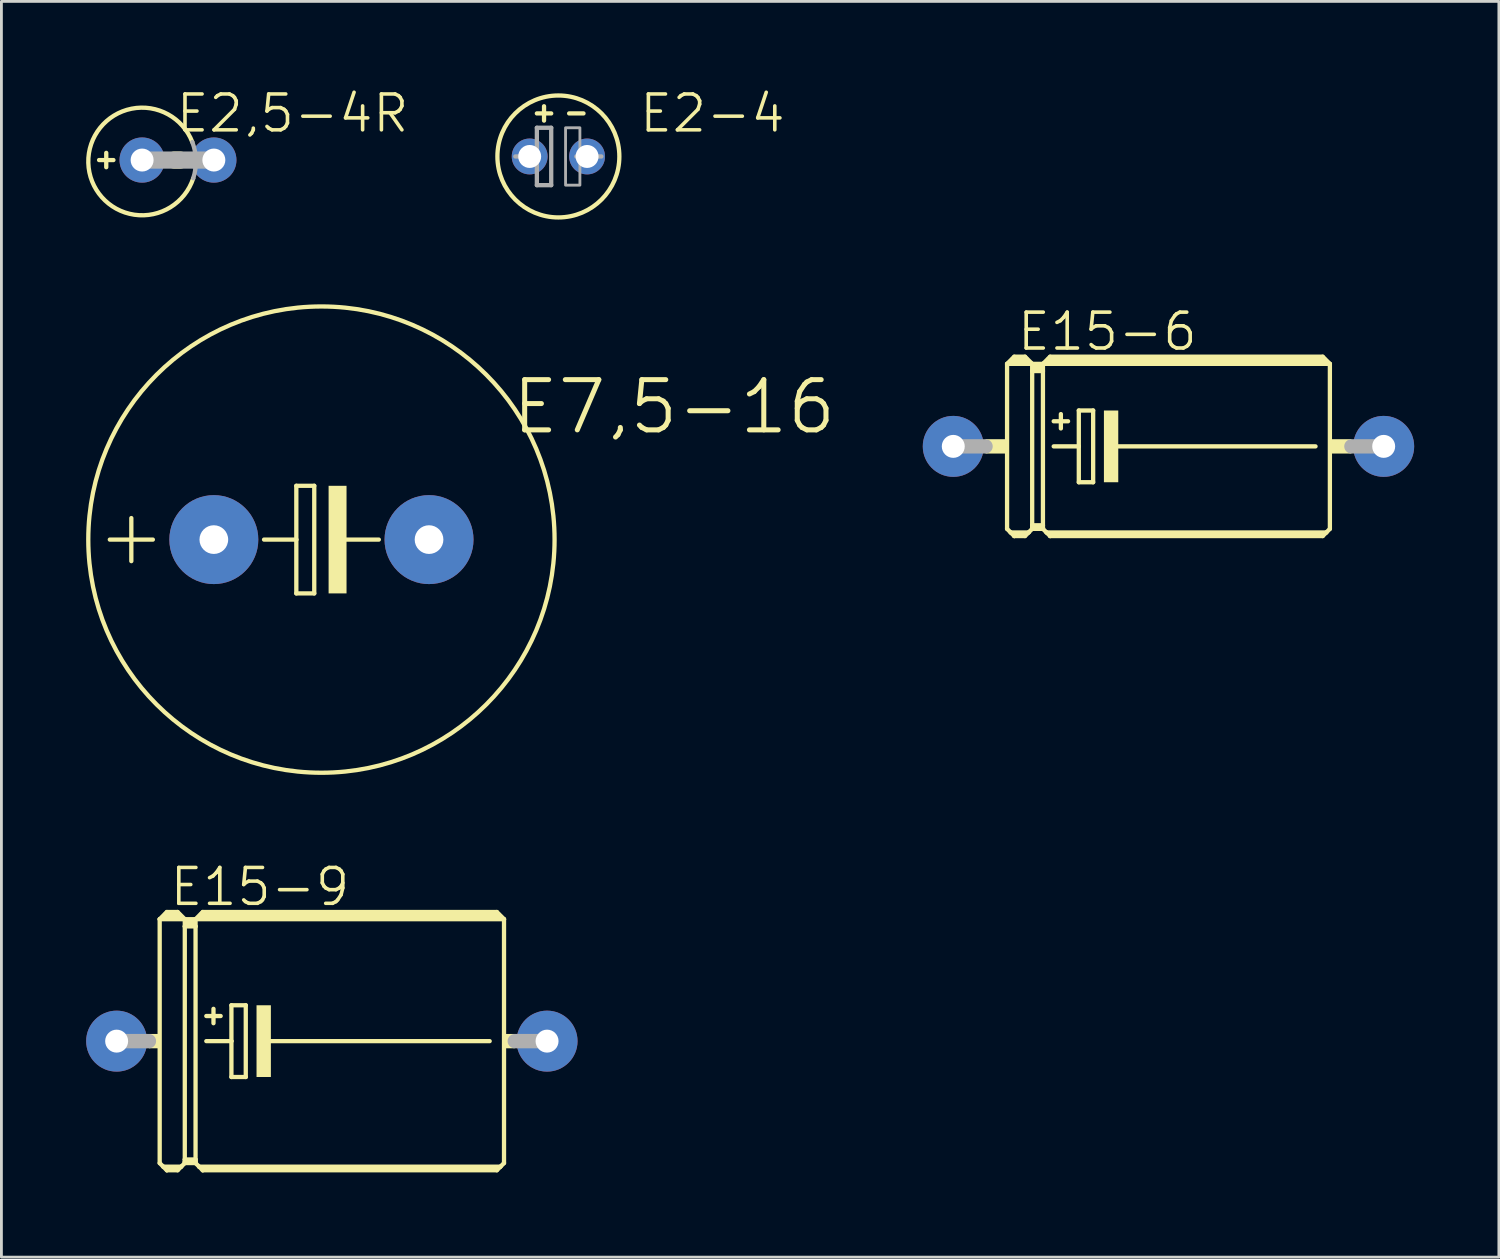
<source format=kicad_pcb>
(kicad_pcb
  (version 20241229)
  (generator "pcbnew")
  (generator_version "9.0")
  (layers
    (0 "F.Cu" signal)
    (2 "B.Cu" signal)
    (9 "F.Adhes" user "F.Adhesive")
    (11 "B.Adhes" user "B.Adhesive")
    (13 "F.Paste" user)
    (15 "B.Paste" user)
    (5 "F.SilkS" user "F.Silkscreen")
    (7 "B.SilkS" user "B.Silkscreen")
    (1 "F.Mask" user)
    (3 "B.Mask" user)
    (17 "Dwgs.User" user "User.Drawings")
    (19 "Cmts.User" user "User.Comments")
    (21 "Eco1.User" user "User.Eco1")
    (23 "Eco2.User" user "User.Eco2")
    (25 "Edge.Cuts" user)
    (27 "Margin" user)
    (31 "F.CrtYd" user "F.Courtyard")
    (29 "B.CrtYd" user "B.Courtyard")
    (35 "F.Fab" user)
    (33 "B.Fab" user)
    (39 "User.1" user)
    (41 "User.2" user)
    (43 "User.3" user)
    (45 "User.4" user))
  (footprint "E15-6"
    (layer "F.Cu")
    (at 38.323 12.755)
    (property "Reference" "E15-6" (at -2.165 -4.064 0) (layer "F.SilkS") (effects (font (size 1.27 1.27) (thickness 0.127))))
    (attr through_hole)
    (fp_line (start -5.715 -2.921) (end -4.826 -2.921) (stroke (width 0.152) (type solid)) (layer "F.SilkS"))
    (fp_line (start -5.715 2.921) (end -5.715 -2.921) (stroke (width 0.152) (type solid)) (layer "F.SilkS"))
    (fp_line (start -5.715 2.921) (end -5.588 3.048) (stroke (width 0.152) (type solid)) (layer "F.SilkS"))
    (fp_line (start -5.588 3.048) (end -5.461 3.175) (stroke (width 0.152) (type solid)) (layer "F.SilkS"))
    (fp_line (start -5.588 3.048) (end -4.953 3.048) (stroke (width 0.152) (type solid)) (layer "F.SilkS"))
    (fp_line (start -5.461 -3.175) (end -5.715 -2.921) (stroke (width 0.152) (type solid)) (layer "F.SilkS"))
    (fp_line (start -5.461 -3.175) (end -5.08 -3.175) (stroke (width 0.152) (type solid)) (layer "F.SilkS"))
    (fp_line (start -5.461 -3.048) (end -5.08 -3.048) (stroke (width 0.305) (type solid)) (layer "F.SilkS"))
    (fp_line (start -5.461 3.124) (end -5.461 3.175) (stroke (width 0.152) (type solid)) (layer "F.SilkS"))
    (fp_line (start -5.461 3.175) (end -5.08 3.175) (stroke (width 0.152) (type solid)) (layer "F.SilkS"))
    (fp_line (start -5.08 -3.175) (end -4.826 -2.921) (stroke (width 0.152) (type solid)) (layer "F.SilkS"))
    (fp_line (start -5.08 3.124) (end -5.461 3.124) (stroke (width 0.152) (type solid)) (layer "F.SilkS"))
    (fp_line (start -5.08 3.175) (end -4.953 3.048) (stroke (width 0.152) (type solid)) (layer "F.SilkS"))
    (fp_line (start -4.953 3.048) (end -4.826 2.921) (stroke (width 0.152) (type solid)) (layer "F.SilkS"))
    (fp_line (start -4.826 -2.921) (end -4.826 -2.667) (stroke (width 0.152) (type solid)) (layer "F.SilkS"))
    (fp_line (start -4.826 -2.921) (end -4.445 -2.921) (stroke (width 0.152) (type solid)) (layer "F.SilkS"))
    (fp_line (start -4.826 -2.667) (end -4.826 2.794) (stroke (width 0.152) (type solid)) (layer "F.SilkS"))
    (fp_line (start -4.826 -2.667) (end -4.445 -2.667) (stroke (width 0.152) (type solid)) (layer "F.SilkS"))
    (fp_line (start -4.826 2.794) (end -4.826 2.87) (stroke (width 0.152) (type solid)) (layer "F.SilkS"))
    (fp_line (start -4.826 2.794) (end -4.445 2.794) (stroke (width 0.152) (type solid)) (layer "F.SilkS"))
    (fp_line (start -4.826 2.87) (end -4.826 2.921) (stroke (width 0.152) (type solid)) (layer "F.SilkS"))
    (fp_line (start -4.826 2.921) (end -4.445 2.921) (stroke (width 0.152) (type solid)) (layer "F.SilkS"))
    (fp_line (start -4.699 -2.794) (end -4.572 -2.794) (stroke (width 0.305) (type solid)) (layer "F.SilkS"))
    (fp_line (start -4.445 -2.921) (end -4.445 -2.667) (stroke (width 0.152) (type solid)) (layer "F.SilkS"))
    (fp_line (start -4.445 -2.921) (end -4.191 -3.175) (stroke (width 0.152) (type solid)) (layer "F.SilkS"))
    (fp_line (start -4.445 -2.921) (end 5.715 -2.921) (stroke (width 0.152) (type solid)) (layer "F.SilkS"))
    (fp_line (start -4.445 -2.667) (end -4.445 2.794) (stroke (width 0.152) (type solid)) (layer "F.SilkS"))
    (fp_line (start -4.445 2.794) (end -4.445 2.87) (stroke (width 0.152) (type solid)) (layer "F.SilkS"))
    (fp_line (start -4.445 2.87) (end -4.826 2.87) (stroke (width 0.152) (type solid)) (layer "F.SilkS"))
    (fp_line (start -4.445 2.87) (end -4.445 2.921) (stroke (width 0.152) (type solid)) (layer "F.SilkS"))
    (fp_line (start -4.445 2.921) (end -4.318 3.048) (stroke (width 0.152) (type solid)) (layer "F.SilkS"))
    (fp_line (start -4.318 3.048) (end -4.191 3.175) (stroke (width 0.152) (type solid)) (layer "F.SilkS"))
    (fp_line (start -4.318 3.048) (end 5.588 3.048) (stroke (width 0.152) (type solid)) (layer "F.SilkS"))
    (fp_line (start -4.191 -3.175) (end 5.461 -3.175) (stroke (width 0.152) (type solid)) (layer "F.SilkS"))
    (fp_line (start -4.191 -3.048) (end 5.461 -3.048) (stroke (width 0.305) (type solid)) (layer "F.SilkS"))
    (fp_line (start -4.191 3.124) (end -4.191 3.175) (stroke (width 0.152) (type solid)) (layer "F.SilkS"))
    (fp_line (start -4.191 3.175) (end 5.461 3.175) (stroke (width 0.152) (type solid)) (layer "F.SilkS"))
    (fp_line (start -4.064 -0.889) (end -3.556 -0.889) (stroke (width 0.152) (type solid)) (layer "F.SilkS"))
    (fp_line (start -4.064 0) (end -3.175 0) (stroke (width 0.152) (type solid)) (layer "F.SilkS"))
    (fp_line (start -3.81 -1.143) (end -3.81 -0.635) (stroke (width 0.152) (type solid)) (layer "F.SilkS"))
    (fp_line (start -3.175 -1.27) (end -3.175 0) (stroke (width 0.152) (type solid)) (layer "F.SilkS"))
    (fp_line (start -3.175 0) (end -3.175 1.27) (stroke (width 0.152) (type solid)) (layer "F.SilkS"))
    (fp_line (start -3.175 1.27) (end -2.667 1.27) (stroke (width 0.152) (type solid)) (layer "F.SilkS"))
    (fp_line (start -2.667 -1.27) (end -3.175 -1.27) (stroke (width 0.152) (type solid)) (layer "F.SilkS"))
    (fp_line (start -2.667 1.27) (end -2.667 -1.27) (stroke (width 0.152) (type solid)) (layer "F.SilkS"))
    (fp_line (start -1.905 0) (end 5.207 0) (stroke (width 0.152) (type solid)) (layer "F.SilkS"))
    (fp_line (start 5.461 3.124) (end -4.191 3.124) (stroke (width 0.152) (type solid)) (layer "F.SilkS"))
    (fp_line (start 5.588 3.048) (end 5.461 3.175) (stroke (width 0.152) (type solid)) (layer "F.SilkS"))
    (fp_line (start 5.715 -2.921) (end 5.461 -3.175) (stroke (width 0.152) (type solid)) (layer "F.SilkS"))
    (fp_line (start 5.715 -2.921) (end 5.715 2.921) (stroke (width 0.152) (type solid)) (layer "F.SilkS"))
    (fp_line (start 5.715 2.921) (end 5.588 3.048) (stroke (width 0.152) (type solid)) (layer "F.SilkS"))
    (fp_poly (pts (xy -6.477 -0.254) (xy -5.715 -0.254) (xy -5.715 0.254) (xy -6.477 0.254)) (stroke (width 0) (type solid)) (fill yes) (layer "F.SilkS"))
    (fp_poly (pts (xy -2.286 -1.27) (xy -1.778 -1.27) (xy -1.778 1.27) (xy -2.286 1.27)) (stroke (width 0) (type solid)) (fill yes) (layer "F.SilkS"))
    (fp_poly (pts (xy 5.715 -0.254) (xy 6.477 -0.254) (xy 6.477 0.254) (xy 5.715 0.254)) (stroke (width 0) (type solid)) (fill yes) (layer "F.SilkS"))
    (fp_line (start -7.62 0) (end -6.477 0) (stroke (width 0.508) (type solid)) (layer "F.Fab"))
    (fp_line (start 7.62 0) (end 6.477 0) (stroke (width 0.508) (type solid)) (layer "F.Fab"))
    (pad "+" thru_hole circle (at -7.62 0) (size 2.159 2.159) (drill 0.813) (layers "*.Cu" "*.Mask"))
    (pad "-" thru_hole circle (at 7.62 0) (size 2.159 2.159) (drill 0.813) (layers "*.Cu" "*.Mask")))
  (footprint "E15-9"
    (layer "F.Cu")
    (at 8.7 33.814)
    (property "Reference" "E15-9" (at -2.546 -5.461 0) (layer "F.SilkS") (effects (font (size 1.27 1.27) (thickness 0.127))))
    (attr through_hole)
    (fp_line (start -6.096 -4.318) (end -5.207 -4.318) (stroke (width 0.152) (type solid)) (layer "F.SilkS"))
    (fp_line (start -6.096 4.318) (end -6.096 -4.318) (stroke (width 0.152) (type solid)) (layer "F.SilkS"))
    (fp_line (start -6.096 4.318) (end -5.969 4.445) (stroke (width 0.152) (type solid)) (layer "F.SilkS"))
    (fp_line (start -5.969 4.445) (end -5.842 4.572) (stroke (width 0.152) (type solid)) (layer "F.SilkS"))
    (fp_line (start -5.969 4.445) (end -5.334 4.445) (stroke (width 0.152) (type solid)) (layer "F.SilkS"))
    (fp_line (start -5.842 -4.572) (end -6.096 -4.318) (stroke (width 0.152) (type solid)) (layer "F.SilkS"))
    (fp_line (start -5.842 -4.572) (end -5.461 -4.572) (stroke (width 0.152) (type solid)) (layer "F.SilkS"))
    (fp_line (start -5.842 -4.445) (end -5.461 -4.445) (stroke (width 0.305) (type solid)) (layer "F.SilkS"))
    (fp_line (start -5.842 4.521) (end -5.842 4.572) (stroke (width 0.152) (type solid)) (layer "F.SilkS"))
    (fp_line (start -5.842 4.572) (end -5.461 4.572) (stroke (width 0.152) (type solid)) (layer "F.SilkS"))
    (fp_line (start -5.461 -4.572) (end -5.207 -4.318) (stroke (width 0.152) (type solid)) (layer "F.SilkS"))
    (fp_line (start -5.461 4.521) (end -5.842 4.521) (stroke (width 0.152) (type solid)) (layer "F.SilkS"))
    (fp_line (start -5.461 4.572) (end -5.334 4.445) (stroke (width 0.152) (type solid)) (layer "F.SilkS"))
    (fp_line (start -5.334 4.445) (end -5.207 4.318) (stroke (width 0.152) (type solid)) (layer "F.SilkS"))
    (fp_line (start -5.207 -4.318) (end -5.207 -4.064) (stroke (width 0.152) (type solid)) (layer "F.SilkS"))
    (fp_line (start -5.207 -4.318) (end -4.826 -4.318) (stroke (width 0.152) (type solid)) (layer "F.SilkS"))
    (fp_line (start -5.207 -4.064) (end -5.207 4.191) (stroke (width 0.152) (type solid)) (layer "F.SilkS"))
    (fp_line (start -5.207 -4.064) (end -4.826 -4.064) (stroke (width 0.152) (type solid)) (layer "F.SilkS"))
    (fp_line (start -5.207 4.191) (end -5.207 4.267) (stroke (width 0.152) (type solid)) (layer "F.SilkS"))
    (fp_line (start -5.207 4.191) (end -4.826 4.191) (stroke (width 0.152) (type solid)) (layer "F.SilkS"))
    (fp_line (start -5.207 4.267) (end -5.207 4.318) (stroke (width 0.152) (type solid)) (layer "F.SilkS"))
    (fp_line (start -5.207 4.318) (end -4.826 4.318) (stroke (width 0.152) (type solid)) (layer "F.SilkS"))
    (fp_line (start -5.08 -4.191) (end -4.953 -4.191) (stroke (width 0.305) (type solid)) (layer "F.SilkS"))
    (fp_line (start -4.826 -4.318) (end -4.826 -4.064) (stroke (width 0.152) (type solid)) (layer "F.SilkS"))
    (fp_line (start -4.826 -4.318) (end -4.572 -4.572) (stroke (width 0.152) (type solid)) (layer "F.SilkS"))
    (fp_line (start -4.826 -4.318) (end 6.096 -4.318) (stroke (width 0.152) (type solid)) (layer "F.SilkS"))
    (fp_line (start -4.826 -4.064) (end -4.826 4.191) (stroke (width 0.152) (type solid)) (layer "F.SilkS"))
    (fp_line (start -4.826 4.191) (end -4.826 4.267) (stroke (width 0.152) (type solid)) (layer "F.SilkS"))
    (fp_line (start -4.826 4.267) (end -5.207 4.267) (stroke (width 0.152) (type solid)) (layer "F.SilkS"))
    (fp_line (start -4.826 4.267) (end -4.826 4.318) (stroke (width 0.152) (type solid)) (layer "F.SilkS"))
    (fp_line (start -4.826 4.318) (end -4.699 4.445) (stroke (width 0.152) (type solid)) (layer "F.SilkS"))
    (fp_line (start -4.699 4.445) (end -4.572 4.572) (stroke (width 0.152) (type solid)) (layer "F.SilkS"))
    (fp_line (start -4.699 4.445) (end 5.969 4.445) (stroke (width 0.152) (type solid)) (layer "F.SilkS"))
    (fp_line (start -4.572 -4.572) (end 5.842 -4.572) (stroke (width 0.152) (type solid)) (layer "F.SilkS"))
    (fp_line (start -4.572 -4.445) (end 5.842 -4.445) (stroke (width 0.305) (type solid)) (layer "F.SilkS"))
    (fp_line (start -4.572 4.521) (end -4.572 4.572) (stroke (width 0.152) (type solid)) (layer "F.SilkS"))
    (fp_line (start -4.572 4.572) (end 5.842 4.572) (stroke (width 0.152) (type solid)) (layer "F.SilkS"))
    (fp_line (start -4.445 -0.889) (end -3.937 -0.889) (stroke (width 0.152) (type solid)) (layer "F.SilkS"))
    (fp_line (start -4.445 0) (end -3.556 0) (stroke (width 0.152) (type solid)) (layer "F.SilkS"))
    (fp_line (start -4.191 -1.143) (end -4.191 -0.635) (stroke (width 0.152) (type solid)) (layer "F.SilkS"))
    (fp_line (start -3.556 -1.27) (end -3.556 0) (stroke (width 0.152) (type solid)) (layer "F.SilkS"))
    (fp_line (start -3.556 0) (end -3.556 1.27) (stroke (width 0.152) (type solid)) (layer "F.SilkS"))
    (fp_line (start -3.556 1.27) (end -3.048 1.27) (stroke (width 0.152) (type solid)) (layer "F.SilkS"))
    (fp_line (start -3.048 -1.27) (end -3.556 -1.27) (stroke (width 0.152) (type solid)) (layer "F.SilkS"))
    (fp_line (start -3.048 1.27) (end -3.048 -1.27) (stroke (width 0.152) (type solid)) (layer "F.SilkS"))
    (fp_line (start -2.286 0) (end 5.588 0) (stroke (width 0.152) (type solid)) (layer "F.SilkS"))
    (fp_line (start 5.842 4.521) (end -4.572 4.521) (stroke (width 0.152) (type solid)) (layer "F.SilkS"))
    (fp_line (start 5.969 4.445) (end 5.842 4.572) (stroke (width 0.152) (type solid)) (layer "F.SilkS"))
    (fp_line (start 6.096 -4.318) (end 5.842 -4.572) (stroke (width 0.152) (type solid)) (layer "F.SilkS"))
    (fp_line (start 6.096 -4.318) (end 6.096 4.318) (stroke (width 0.152) (type solid)) (layer "F.SilkS"))
    (fp_line (start 6.096 4.318) (end 5.969 4.445) (stroke (width 0.152) (type solid)) (layer "F.SilkS"))
    (fp_poly (pts (xy -6.477 -0.254) (xy -6.096 -0.254) (xy -6.096 0.254) (xy -6.477 0.254)) (stroke (width 0) (type solid)) (fill yes) (layer "F.SilkS"))
    (fp_poly (pts (xy -2.667 -1.27) (xy -2.159 -1.27) (xy -2.159 1.27) (xy -2.667 1.27)) (stroke (width 0) (type solid)) (fill yes) (layer "F.SilkS"))
    (fp_poly (pts (xy 6.096 -0.254) (xy 6.477 -0.254) (xy 6.477 0.254) (xy 6.096 0.254)) (stroke (width 0) (type solid)) (fill yes) (layer "F.SilkS"))
    (fp_line (start -7.62 0) (end -6.477 0) (stroke (width 0.508) (type solid)) (layer "F.Fab"))
    (fp_line (start 7.62 0) (end 6.477 0) (stroke (width 0.508) (type solid)) (layer "F.Fab"))
    (pad "+" thru_hole circle (at -7.62 0) (size 2.159 2.159) (drill 0.813) (layers "*.Cu" "*.Mask"))
    (pad "-" thru_hole circle (at 7.62 0) (size 2.159 2.159) (drill 0.813) (layers "*.Cu" "*.Mask")))
  (footprint "E2,5-4R"
    (layer "F.Cu")
    (at 3.252 2.617)
    (property "Reference" "E2,5-4R" (at 4.058 -1.651 0) (layer "F.SilkS") (effects (font (size 1.27 1.27) (thickness 0.127))))
    (attr through_hole)
    (fp_line (start -2.794 0) (end -2.286 0) (stroke (width 0.152) (type solid)) (layer "F.SilkS"))
    (fp_line (start -2.54 0.254) (end -2.54 -0.254) (stroke (width 0.152) (type solid)) (layer "F.SilkS"))
    (fp_line (start -0.127 0) (end 0.076 0) (stroke (width 0.61) (type solid)) (layer "F.SilkS"))
    (fp_arc (start 0.5403 0.645601) (mid -3.174981 0.098601) (end 0.508 -0.635) (stroke (width 0.1524) (type solid)) (layer "F.SilkS"))
    (fp_line (start 1.27 0) (end -1.27 0) (stroke (width 0.61) (type solid)) (layer "F.Fab"))
    (fp_arc (start 0.508 -0.635) (mid 0.634982 0.002505) (end 0.5403 0.6456) (stroke (width 0.1524) (type solid)) (layer "F.Fab"))
    (pad "+" thru_hole circle (at -1.27 0) (size 1.6 1.6) (drill 0.813) (layers "*.Cu" "*.Mask"))
    (pad "-" thru_hole circle (at 1.27 0) (size 1.6 1.6) (drill 0.813) (layers "*.Cu" "*.Mask")))
  (footprint "E2-4"
    (layer "F.Cu")
    (at 16.721 2.49)
    (property "Reference" "E2-4" (at 5.455 -1.524 0) (layer "F.SilkS") (effects (font (size 1.27 1.27) (thickness 0.127))))
    (attr through_hole)
    (fp_line (start -0.762 -1.524) (end -0.254 -1.524) (stroke (width 0.152) (type solid)) (layer "F.SilkS"))
    (fp_line (start -0.508 -1.27) (end -0.508 -1.778) (stroke (width 0.152) (type solid)) (layer "F.SilkS"))
    (fp_line (start 0.381 -1.524) (end 0.889 -1.524) (stroke (width 0.152) (type solid)) (layer "F.SilkS"))
    (fp_circle (center 0 0) (end 2.159 0) (stroke (width 0.152) (type solid)) (fill no) (layer "F.SilkS"))
    (fp_line (start -1.524 0) (end -0.762 0) (stroke (width 0.152) (type solid)) (layer "F.Fab"))
    (fp_line (start -0.762 -1.016) (end -0.762 0) (stroke (width 0.152) (type solid)) (layer "F.Fab"))
    (fp_line (start -0.762 0) (end -0.762 1.016) (stroke (width 0.152) (type solid)) (layer "F.Fab"))
    (fp_line (start -0.762 1.016) (end -0.254 1.016) (stroke (width 0.152) (type solid)) (layer "F.Fab"))
    (fp_line (start -0.254 -1.016) (end -0.762 -1.016) (stroke (width 0.152) (type solid)) (layer "F.Fab"))
    (fp_line (start -0.254 1.016) (end -0.254 -1.016) (stroke (width 0.152) (type solid)) (layer "F.Fab"))
    (fp_line (start 0.635 0) (end 1.524 0) (stroke (width 0.152) (type solid)) (layer "F.Fab"))
    (fp_poly (pts (xy 0.254 -1.016) (xy 0.762 -1.016) (xy 0.762 1.016) (xy 0.254 1.016)) (stroke (width 0.1) (type solid)) (fill no) (layer "F.Fab"))
    (pad "+" thru_hole circle (at -1.016 0) (size 1.27 1.27) (drill 0.813) (layers "*.Cu" "*.Mask"))
    (pad "-" thru_hole circle (at 1.016 0) (size 1.27 1.27) (drill 0.813) (layers "*.Cu" "*.Mask")))
  (footprint "E7,5-16"
    (layer "F.Cu")
    (at 8.331 16.056)
    (property "Reference" "E7,5-16" (at 12.488 -4.699 0) (layer "F.SilkS") (effects (font (size 1.778 1.778) (thickness 0.178))))
    (attr through_hole)
    (fp_line (start -7.493 0) (end -5.969 0) (stroke (width 0.152) (type solid)) (layer "F.SilkS"))
    (fp_line (start -6.731 0.762) (end -6.731 -0.762) (stroke (width 0.152) (type solid)) (layer "F.SilkS"))
    (fp_line (start -0.889 -1.905) (end -0.889 0) (stroke (width 0.152) (type solid)) (layer "F.SilkS"))
    (fp_line (start -0.889 0) (end -2.032 0) (stroke (width 0.152) (type solid)) (layer "F.SilkS"))
    (fp_line (start -0.889 0) (end -0.889 1.905) (stroke (width 0.152) (type solid)) (layer "F.SilkS"))
    (fp_line (start -0.889 1.905) (end -0.254 1.905) (stroke (width 0.152) (type solid)) (layer "F.SilkS"))
    (fp_line (start -0.254 -1.905) (end -0.889 -1.905) (stroke (width 0.152) (type solid)) (layer "F.SilkS"))
    (fp_line (start -0.254 1.905) (end -0.254 -1.905) (stroke (width 0.152) (type solid)) (layer "F.SilkS"))
    (fp_line (start 0.635 0) (end 2.032 0) (stroke (width 0.152) (type solid)) (layer "F.SilkS"))
    (fp_circle (center 0 0) (end 8.255 0) (stroke (width 0.152) (type solid)) (fill no) (layer "F.SilkS"))
    (fp_poly (pts (xy 0.254 -1.905) (xy 0.889 -1.905) (xy 0.889 1.905) (xy 0.254 1.905)) (stroke (width 0) (type solid)) (fill yes) (layer "F.SilkS"))
    (pad "+" thru_hole circle (at -3.81 0) (size 3.15 3.15) (drill 1.016) (layers "*.Cu" "*.Mask"))
    (pad "-" thru_hole circle (at 3.81 0) (size 3.15 3.15) (drill 1.016) (layers "*.Cu" "*.Mask")))
  (gr_rect
    (start -3 -3)
    (end 50.022 41.462)
    (stroke (width 0.1) (type default))
    (fill no)
    (layer "Edge.Cuts")))
</source>
